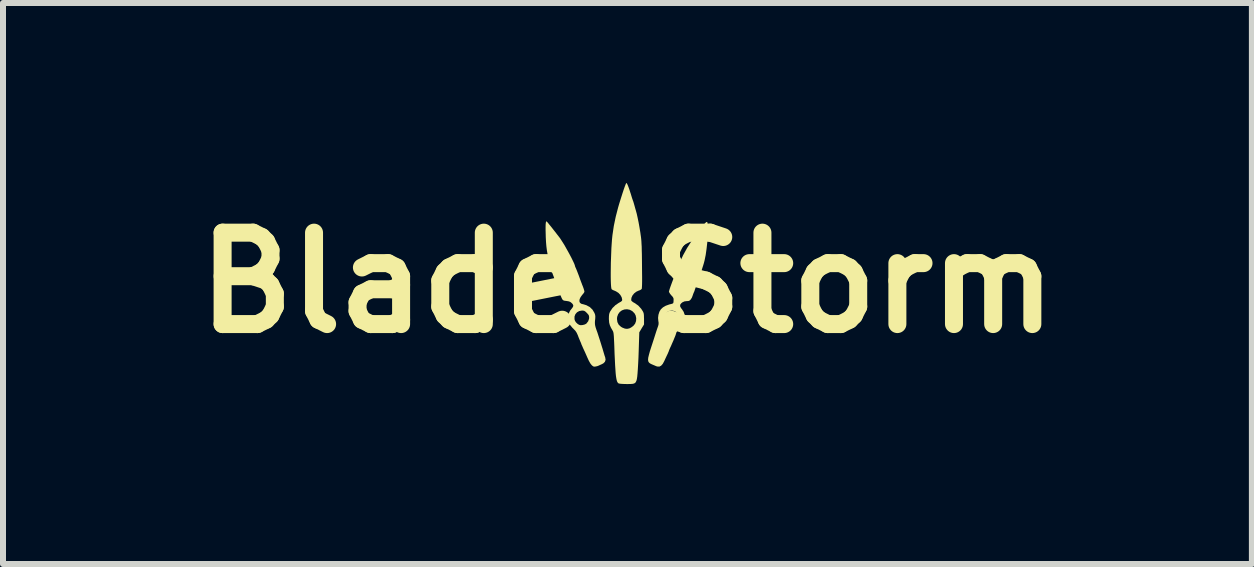
<source format=kicad_pcb>
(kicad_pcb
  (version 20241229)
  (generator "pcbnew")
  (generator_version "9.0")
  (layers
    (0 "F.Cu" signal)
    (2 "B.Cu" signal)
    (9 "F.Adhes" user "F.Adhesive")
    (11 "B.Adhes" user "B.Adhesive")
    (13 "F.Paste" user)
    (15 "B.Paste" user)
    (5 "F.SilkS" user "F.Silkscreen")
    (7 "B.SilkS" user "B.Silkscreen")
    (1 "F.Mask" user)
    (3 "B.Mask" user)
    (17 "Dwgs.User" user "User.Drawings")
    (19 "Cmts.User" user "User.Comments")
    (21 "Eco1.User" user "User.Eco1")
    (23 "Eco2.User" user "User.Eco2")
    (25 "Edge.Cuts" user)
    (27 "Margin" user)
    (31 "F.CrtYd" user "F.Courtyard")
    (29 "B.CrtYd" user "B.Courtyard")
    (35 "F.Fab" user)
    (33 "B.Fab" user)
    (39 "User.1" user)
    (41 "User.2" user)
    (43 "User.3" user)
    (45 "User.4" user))
  (footprint "Blade Storm"
    (layer "F.Cu")
    (at 7.41 1.663)
    (property "Reference" "Blade Storm" (at 0 0 0) (layer "F.SilkS") (effects (font (size 1.524 1.524) (thickness 0.3))))
    (attr board_only exclude_from_pos_files exclude_from_bom)
    (fp_poly (pts (xy 1.328 -1.012) (xy 1.335 -0.996) (xy 1.338 -0.965) (xy 1.339 -0.916) (xy 1.339 -0.881) (xy 1.337 -0.776) (xy 1.33 -0.668) (xy 1.318 -0.563) (xy 1.304 -0.464) (xy 1.286 -0.375) (xy 1.274 -0.328) (xy 1.261 -0.285) (xy 1.244 -0.232) (xy 1.226 -0.175) (xy 1.206 -0.115) (xy 1.187 -0.058) (xy 1.169 -0.008) (xy 1.155 0.033) (xy 1.146 0.055) (xy 1.134 0.086) (xy 1.125 0.111) (xy 1.12 0.126) (xy 1.12 0.127) (xy 1.116 0.14) (xy 1.107 0.16) (xy 1.107 0.16) (xy 1.096 0.186) (xy 1.086 0.216) (xy 1.085 0.219) (xy 1.073 0.25) (xy 1.055 0.278) (xy 1.054 0.28) (xy 1.036 0.297) (xy 1.016 0.305) (xy 0.992 0.306) (xy 0.951 0.311) (xy 0.917 0.326) (xy 0.895 0.344) (xy 0.878 0.368) (xy 0.878 0.395) (xy 0.895 0.426) (xy 0.906 0.438) (xy 0.937 0.486) (xy 0.955 0.541) (xy 0.96 0.599) (xy 0.95 0.657) (xy 0.926 0.71) (xy 0.918 0.722) (xy 0.902 0.743) (xy 0.888 0.758) (xy 0.883 0.761) (xy 0.873 0.767) (xy 0.856 0.782) (xy 0.838 0.801) (xy 0.822 0.819) (xy 0.814 0.832) (xy 0.814 0.834) (xy 0.81 0.848) (xy 0.801 0.876) (xy 0.785 0.915) (xy 0.766 0.962) (xy 0.743 1.014) (xy 0.719 1.069) (xy 0.714 1.078) (xy 0.702 1.105) (xy 0.694 1.125) (xy 0.691 1.133) (xy 0.688 1.143) (xy 0.679 1.164) (xy 0.667 1.192) (xy 0.666 1.193) (xy 0.648 1.231) (xy 0.628 1.274) (xy 0.614 1.305) (xy 0.588 1.353) (xy 0.561 1.383) (xy 0.532 1.398) (xy 0.499 1.397) (xy 0.49 1.395) (xy 0.471 1.388) (xy 0.46 1.383) (xy 0.441 1.375) (xy 0.415 1.364) (xy 0.401 1.358) (xy 0.376 1.345) (xy 0.358 1.33) (xy 0.347 1.311) (xy 0.343 1.285) (xy 0.346 1.25) (xy 0.357 1.204) (xy 0.373 1.145) (xy 0.385 1.107) (xy 0.412 1.024) (xy 0.437 0.947) (xy 0.459 0.878) (xy 0.478 0.818) (xy 0.494 0.77) (xy 0.506 0.736) (xy 0.511 0.722) (xy 0.518 0.695) (xy 0.519 0.667) (xy 0.514 0.635) (xy 0.511 0.596) (xy 0.614 0.596) (xy 0.625 0.636) (xy 0.651 0.672) (xy 0.658 0.679) (xy 0.679 0.696) (xy 0.7 0.705) (xy 0.727 0.707) (xy 0.746 0.706) (xy 0.784 0.698) (xy 0.811 0.682) (xy 0.837 0.651) (xy 0.854 0.617) (xy 0.858 0.594) (xy 0.85 0.548) (xy 0.83 0.509) (xy 0.799 0.481) (xy 0.759 0.466) (xy 0.738 0.464) (xy 0.693 0.471) (xy 0.657 0.491) (xy 0.631 0.521) (xy 0.617 0.557) (xy 0.614 0.596) (xy 0.511 0.596) (xy 0.51 0.588) (xy 0.515 0.543) (xy 0.516 0.535) (xy 0.532 0.484) (xy 0.556 0.444) (xy 0.591 0.411) (xy 0.637 0.384) (xy 0.698 0.362) (xy 0.735 0.353) (xy 0.753 0.347) (xy 0.763 0.339) (xy 0.767 0.322) (xy 0.768 0.3) (xy 0.769 0.275) (xy 0.766 0.257) (xy 0.756 0.239) (xy 0.737 0.216) (xy 0.731 0.211) (xy 0.711 0.186) (xy 0.697 0.163) (xy 0.691 0.15) (xy 0.695 0.133) (xy 0.704 0.102) (xy 0.72 0.056) (xy 0.741 -0.001) (xy 0.767 -0.07) (xy 0.77 -0.079) (xy 0.782 -0.109) (xy 0.797 -0.149) (xy 0.812 -0.192) (xy 0.819 -0.21) (xy 0.87 -0.337) (xy 0.928 -0.46) (xy 0.995 -0.581) (xy 1.073 -0.702) (xy 1.162 -0.828) (xy 1.238 -0.926) (xy 1.272 -0.969) (xy 1.298 -0.997) (xy 1.316 -1.012)) (stroke (width 0) (type solid)) (fill yes) (layer "F.SilkS"))
    (fp_poly (pts (xy -0.01 -1.655) (xy 0.002 -1.632) (xy 0.016 -1.597) (xy 0.032 -1.552) (xy 0.049 -1.499) (xy 0.053 -1.488) (xy 0.065 -1.448) (xy 0.076 -1.412) (xy 0.085 -1.386) (xy 0.089 -1.374) (xy 0.097 -1.353) (xy 0.106 -1.323) (xy 0.11 -1.309) (xy 0.119 -1.277) (xy 0.13 -1.237) (xy 0.14 -1.203) (xy 0.155 -1.148) (xy 0.17 -1.08) (xy 0.186 -1.002) (xy 0.201 -0.918) (xy 0.215 -0.833) (xy 0.22 -0.796) (xy 0.225 -0.762) (xy 0.229 -0.727) (xy 0.232 -0.691) (xy 0.234 -0.65) (xy 0.237 -0.602) (xy 0.238 -0.546) (xy 0.24 -0.479) (xy 0.241 -0.4) (xy 0.242 -0.305) (xy 0.242 -0.292) (xy 0.243 -0.185) (xy 0.244 -0.096) (xy 0.244 -0.023) (xy 0.243 0.033) (xy 0.241 0.072) (xy 0.239 0.096) (xy 0.238 0.103) (xy 0.223 0.116) (xy 0.199 0.128) (xy 0.188 0.131) (xy 0.147 0.15) (xy 0.111 0.178) (xy 0.083 0.213) (xy 0.066 0.251) (xy 0.062 0.289) (xy 0.063 0.295) (xy 0.072 0.307) (xy 0.093 0.324) (xy 0.118 0.338) (xy 0.179 0.38) (xy 0.23 0.436) (xy 0.255 0.475) (xy 0.265 0.495) (xy 0.271 0.515) (xy 0.274 0.54) (xy 0.275 0.576) (xy 0.276 0.604) (xy 0.276 0.696) (xy 0.236 0.761) (xy 0.197 0.827) (xy 0.191 1.015) (xy 0.187 1.14) (xy 0.183 1.252) (xy 0.178 1.352) (xy 0.173 1.437) (xy 0.168 1.508) (xy 0.163 1.564) (xy 0.157 1.603) (xy 0.152 1.626) (xy 0.142 1.65) (xy 0.131 1.667) (xy 0.114 1.678) (xy 0.091 1.685) (xy 0.056 1.688) (xy 0.008 1.689) (xy -0.013 1.689) (xy -0.057 1.688) (xy -0.097 1.686) (xy -0.128 1.683) (xy -0.145 1.679) (xy -0.146 1.679) (xy -0.157 1.672) (xy -0.165 1.661) (xy -0.173 1.646) (xy -0.18 1.624) (xy -0.186 1.594) (xy -0.192 1.556) (xy -0.197 1.507) (xy -0.201 1.448) (xy -0.206 1.375) (xy -0.21 1.29) (xy -0.215 1.189) (xy -0.219 1.071) (xy -0.219 1.068) (xy -0.222 0.995) (xy -0.225 0.938) (xy -0.227 0.895) (xy -0.23 0.862) (xy -0.233 0.838) (xy -0.237 0.822) (xy -0.241 0.81) (xy -0.246 0.801) (xy -0.275 0.751) (xy -0.294 0.708) (xy -0.305 0.666) (xy -0.309 0.619) (xy -0.31 0.603) (xy -0.175 0.603) (xy -0.168 0.656) (xy -0.146 0.7) (xy -0.109 0.734) (xy -0.086 0.748) (xy -0.043 0.765) (xy -0.007 0.769) (xy 0.029 0.762) (xy 0.038 0.758) (xy 0.063 0.745) (xy 0.09 0.725) (xy 0.098 0.719) (xy 0.127 0.683) (xy 0.143 0.639) (xy 0.146 0.591) (xy 0.136 0.545) (xy 0.117 0.51) (xy 0.08 0.473) (xy 0.038 0.451) (xy -0.007 0.442) (xy -0.052 0.446) (xy -0.093 0.461) (xy -0.129 0.488) (xy -0.156 0.525) (xy -0.172 0.57) (xy -0.175 0.603) (xy -0.31 0.603) (xy -0.31 0.6) (xy -0.309 0.558) (xy -0.306 0.529) (xy -0.3 0.505) (xy -0.289 0.481) (xy -0.287 0.477) (xy -0.25 0.422) (xy -0.2 0.373) (xy -0.142 0.334) (xy -0.138 0.332) (xy -0.109 0.316) (xy -0.094 0.303) (xy -0.088 0.29) (xy -0.088 0.285) (xy -0.096 0.245) (xy -0.118 0.205) (xy -0.15 0.17) (xy -0.191 0.144) (xy -0.211 0.135) (xy -0.238 0.124) (xy -0.258 0.113) (xy -0.264 0.108) (xy -0.269 0.093) (xy -0.273 0.062) (xy -0.276 0.019) (xy -0.278 -0.037) (xy -0.279 -0.101) (xy -0.279 -0.174) (xy -0.278 -0.251) (xy -0.277 -0.332) (xy -0.274 -0.415) (xy -0.271 -0.497) (xy -0.268 -0.576) (xy -0.263 -0.651) (xy -0.258 -0.72) (xy -0.252 -0.779) (xy -0.25 -0.796) (xy -0.228 -0.945) (xy -0.196 -1.099) (xy -0.156 -1.254) (xy -0.14 -1.309) (xy -0.109 -1.409) (xy -0.082 -1.494) (xy -0.06 -1.561) (xy -0.042 -1.611) (xy -0.029 -1.644) (xy -0.021 -1.661) (xy -0.018 -1.663)) (stroke (width 0) (type solid)) (fill yes) (layer "F.SilkS"))
    (fp_poly (pts (xy -1.348 -1.022) (xy -1.341 -1.015) (xy -1.324 -0.996) (xy -1.301 -0.967) (xy -1.272 -0.932) (xy -1.24 -0.891) (xy -1.206 -0.848) (xy -1.173 -0.805) (xy -1.141 -0.764) (xy -1.128 -0.747) (xy -1.106 -0.714) (xy -1.079 -0.672) (xy -1.049 -0.624) (xy -1.019 -0.57) (xy -0.988 -0.515) (xy -0.958 -0.46) (xy -0.931 -0.408) (xy -0.908 -0.361) (xy -0.89 -0.323) (xy -0.879 -0.294) (xy -0.875 -0.28) (xy -0.871 -0.265) (xy -0.862 -0.246) (xy -0.855 -0.23) (xy -0.843 -0.201) (xy -0.828 -0.162) (xy -0.811 -0.118) (xy -0.805 -0.101) (xy -0.789 -0.056) (xy -0.774 -0.016) (xy -0.762 0.015) (xy -0.755 0.035) (xy -0.753 0.039) (xy -0.743 0.064) (xy -0.732 0.094) (xy -0.723 0.123) (xy -0.718 0.145) (xy -0.718 0.15) (xy -0.723 0.163) (xy -0.738 0.184) (xy -0.753 0.201) (xy -0.781 0.239) (xy -0.798 0.275) (xy -0.802 0.307) (xy -0.793 0.333) (xy -0.772 0.35) (xy -0.755 0.355) (xy -0.687 0.374) (xy -0.629 0.405) (xy -0.583 0.449) (xy -0.551 0.503) (xy -0.54 0.532) (xy -0.536 0.559) (xy -0.537 0.591) (xy -0.538 0.604) (xy -0.542 0.639) (xy -0.543 0.667) (xy -0.542 0.692) (xy -0.538 0.717) (xy -0.53 0.748) (xy -0.517 0.787) (xy -0.501 0.831) (xy -0.482 0.89) (xy -0.46 0.958) (xy -0.439 1.025) (xy -0.421 1.084) (xy -0.42 1.085) (xy -0.406 1.133) (xy -0.393 1.177) (xy -0.382 1.214) (xy -0.373 1.24) (xy -0.371 1.246) (xy -0.365 1.285) (xy -0.376 1.318) (xy -0.402 1.344) (xy -0.428 1.358) (xy -0.455 1.37) (xy -0.477 1.38) (xy -0.483 1.383) (xy -0.501 1.39) (xy -0.527 1.396) (xy -0.533 1.397) (xy -0.555 1.399) (xy -0.572 1.394) (xy -0.591 1.379) (xy -0.597 1.373) (xy -0.62 1.344) (xy -0.645 1.299) (xy -0.669 1.247) (xy -0.689 1.201) (xy -0.71 1.154) (xy -0.73 1.111) (xy -0.741 1.087) (xy -0.754 1.057) (xy -0.765 1.033) (xy -0.77 1.02) (xy -0.77 1.019) (xy -0.773 1.009) (xy -0.782 0.989) (xy -0.787 0.978) (xy -0.798 0.951) (xy -0.813 0.915) (xy -0.827 0.878) (xy -0.827 0.877) (xy -0.847 0.834) (xy -0.868 0.802) (xy -0.893 0.776) (xy -0.92 0.749) (xy -0.946 0.718) (xy -0.959 0.701) (xy -0.972 0.679) (xy -0.98 0.659) (xy -0.983 0.635) (xy -0.984 0.608) (xy -0.883 0.608) (xy -0.875 0.635) (xy -0.859 0.66) (xy -0.833 0.685) (xy -0.806 0.702) (xy -0.779 0.708) (xy -0.745 0.705) (xy -0.712 0.696) (xy -0.687 0.683) (xy -0.686 0.682) (xy -0.655 0.643) (xy -0.64 0.599) (xy -0.639 0.578) (xy -0.641 0.556) (xy -0.648 0.537) (xy -0.665 0.517) (xy -0.678 0.503) (xy -0.701 0.481) (xy -0.72 0.469) (xy -0.739 0.465) (xy -0.758 0.464) (xy -0.804 0.472) (xy -0.841 0.493) (xy -0.868 0.524) (xy -0.883 0.563) (xy -0.883 0.608) (xy -0.984 0.608) (xy -0.984 0.601) (xy -0.985 0.592) (xy -0.982 0.54) (xy -0.973 0.499) (xy -0.955 0.464) (xy -0.928 0.43) (xy -0.908 0.402) (xy -0.903 0.378) (xy -0.915 0.354) (xy -0.929 0.34) (xy -0.945 0.326) (xy -0.961 0.317) (xy -0.981 0.31) (xy -1.011 0.305) (xy -1.035 0.302) (xy -1.054 0.299) (xy -1.068 0.294) (xy -1.08 0.285) (xy -1.091 0.268) (xy -1.103 0.242) (xy -1.119 0.203) (xy -1.129 0.175) (xy -1.152 0.116) (xy -1.169 0.07) (xy -1.183 0.034) (xy -1.193 0.007) (xy -1.201 -0.016) (xy -1.208 -0.036) (xy -1.215 -0.057) (xy -1.216 -0.061) (xy -1.227 -0.093) (xy -1.237 -0.12) (xy -1.243 -0.136) (xy -1.25 -0.154) (xy -1.259 -0.181) (xy -1.265 -0.201) (xy -1.292 -0.301) (xy -1.313 -0.387) (xy -1.33 -0.465) (xy -1.343 -0.537) (xy -1.352 -0.608) (xy -1.358 -0.68) (xy -1.362 -0.759) (xy -1.363 -0.803) (xy -1.365 -0.875) (xy -1.365 -0.931) (xy -1.364 -0.972) (xy -1.361 -1) (xy -1.357 -1.017) (xy -1.351 -1.023)) (stroke (width 0) (type solid)) (fill yes) (layer "F.SilkS")))
  (gr_rect
    (start -3 -3)
    (end 17.819 6.352)
    (stroke (width 0.1) (type default))
    (fill no)
    (layer "Edge.Cuts")))
</source>
